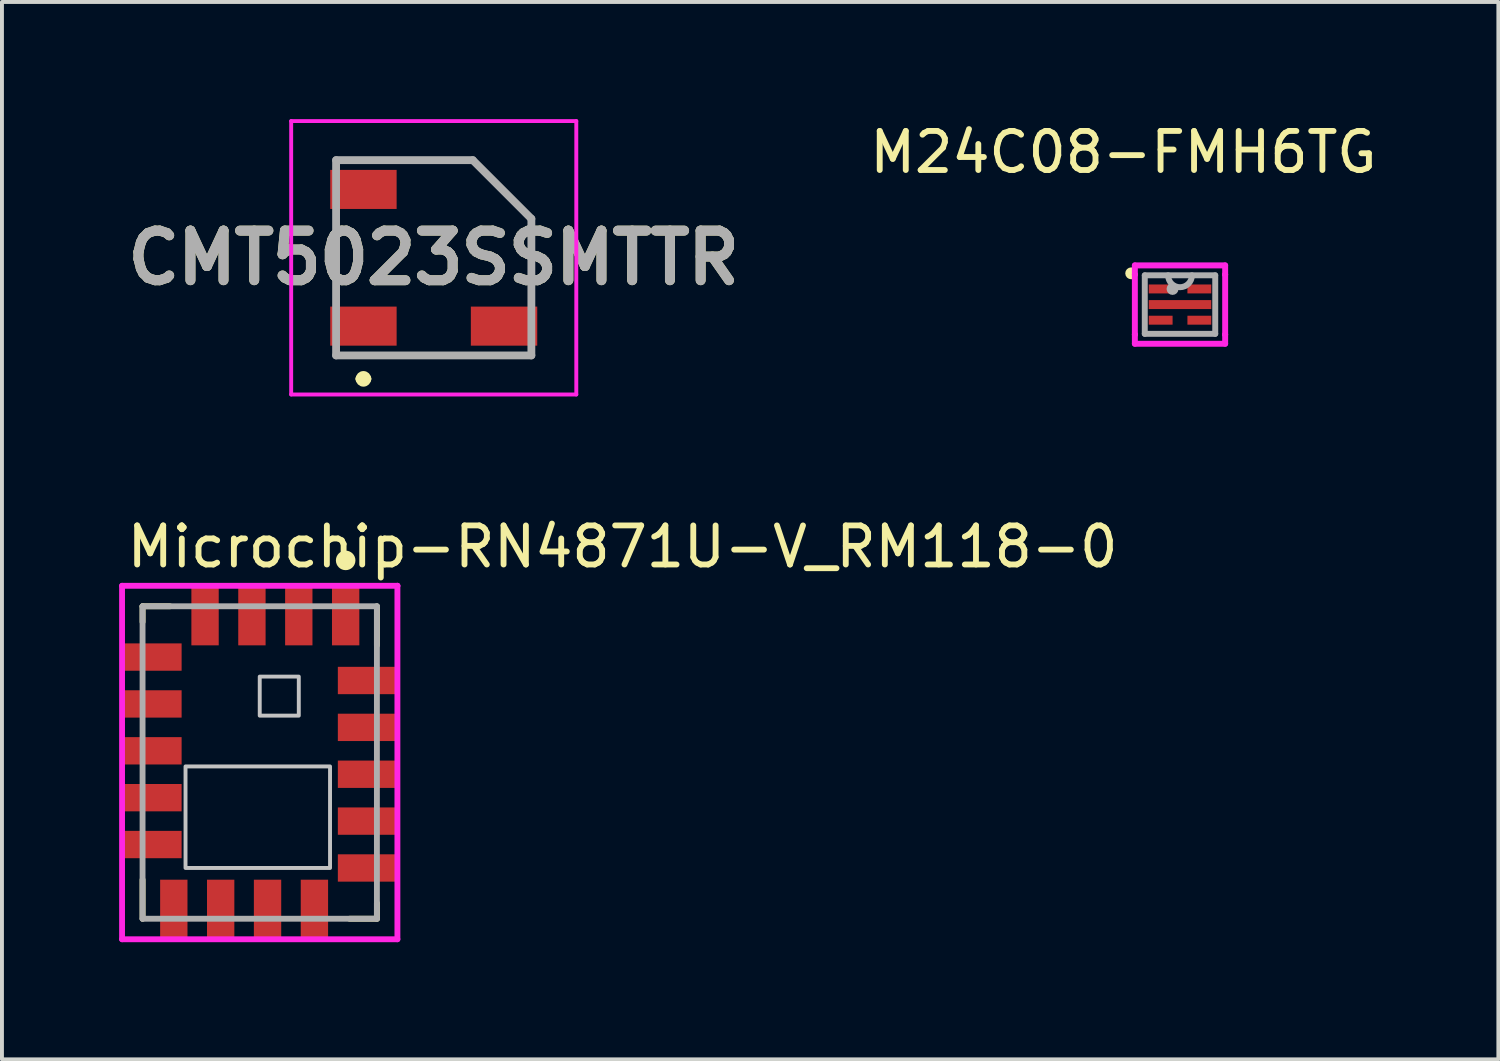
<source format=kicad_pcb>
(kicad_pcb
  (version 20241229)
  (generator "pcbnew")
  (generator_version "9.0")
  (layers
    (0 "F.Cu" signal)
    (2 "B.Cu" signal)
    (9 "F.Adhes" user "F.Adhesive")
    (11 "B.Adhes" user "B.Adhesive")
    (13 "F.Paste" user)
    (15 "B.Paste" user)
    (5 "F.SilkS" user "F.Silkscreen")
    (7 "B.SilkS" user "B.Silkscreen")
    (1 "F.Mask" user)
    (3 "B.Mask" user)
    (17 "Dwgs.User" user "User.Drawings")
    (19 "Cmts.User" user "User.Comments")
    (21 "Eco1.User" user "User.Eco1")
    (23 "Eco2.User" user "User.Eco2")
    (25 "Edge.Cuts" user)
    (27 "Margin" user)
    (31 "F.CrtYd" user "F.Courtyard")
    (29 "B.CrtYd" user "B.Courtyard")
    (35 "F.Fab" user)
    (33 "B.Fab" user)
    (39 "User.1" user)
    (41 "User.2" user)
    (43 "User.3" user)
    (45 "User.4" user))
  (footprint "Microchip-RN4871U-V_RM118-0"
    (layer "F.Cu")
    (at 3.6 16.473)
    (property "Reference" "Microchip-RN4871U-V_RM118-0" (at -3.475 -5.525 0) (layer "F.SilkS") (effects (font (size 1 1) (thickness 0.15)) (justify left)))
    (attr through_hole)
    (fp_line (start -3 -4) (end -3 -3.6) (stroke (width 0.15) (type solid)) (layer "F.SilkS"))
    (fp_line (start -3 -4) (end -2.3 -4) (stroke (width 0.15) (type solid)) (layer "F.SilkS"))
    (fp_line (start -3 4) (end -3 3) (stroke (width 0.15) (type solid)) (layer "F.SilkS"))
    (fp_line (start 3 -4) (end 3 -3) (stroke (width 0.15) (type solid)) (layer "F.SilkS"))
    (fp_line (start 3 4) (end 2.3 4) (stroke (width 0.15) (type solid)) (layer "F.SilkS"))
    (fp_line (start 3 4) (end 3 3.6) (stroke (width 0.15) (type solid)) (layer "F.SilkS"))
    (fp_circle (center 2.2 -5.175) (end 2.325 -5.175) (stroke (width 0.25) (type solid)) (fill no) (layer "F.SilkS"))
    (fp_poly (pts (xy -1.9 0.1) (xy 1.8 0.1) (xy 1.8 2.7) (xy -1.9 2.7)) (stroke (width 0.1) (type solid)) (fill no) (layer "Dwgs.User"))
    (fp_poly (pts (xy 0 -2.2) (xy 1 -2.2) (xy 1 -1.2) (xy 0 -1.2)) (stroke (width 0.1) (type solid)) (fill no) (layer "Dwgs.User"))
    (fp_line (start -3.525 -4.525) (end -3.525 4.525) (stroke (width 0.15) (type solid)) (layer "F.CrtYd"))
    (fp_line (start -3.525 4.525) (end 3.525 4.525) (stroke (width 0.15) (type solid)) (layer "F.CrtYd"))
    (fp_line (start 3.525 -4.525) (end -3.525 -4.525) (stroke (width 0.15) (type solid)) (layer "F.CrtYd"))
    (fp_line (start 3.525 -4.525) (end 3.525 -4.525) (stroke (width 0.15) (type solid)) (layer "F.CrtYd"))
    (fp_line (start 3.525 4.525) (end 3.525 -4.525) (stroke (width 0.15) (type solid)) (layer "F.CrtYd"))
    (fp_line (start -3 -4) (end 3 -4) (stroke (width 0.15) (type solid)) (layer "F.Fab"))
    (fp_line (start -3 4) (end -3 -4) (stroke (width 0.15) (type solid)) (layer "F.Fab"))
    (fp_line (start 3 -4) (end 3 4) (stroke (width 0.15) (type solid)) (layer "F.Fab"))
    (fp_line (start 3 4) (end -3 4) (stroke (width 0.15) (type solid)) (layer "F.Fab"))
    (pad "1" smd rect (at 2.2 -3.75) (size 0.7 1.5) (layers "F.Cu" "F.Mask" "F.Paste"))
    (pad "2" smd rect (at 1 -3.75) (size 0.7 1.5) (layers "F.Cu" "F.Mask" "F.Paste"))
    (pad "3" smd rect (at -0.2 -3.75) (size 0.7 1.5) (layers "F.Cu" "F.Mask" "F.Paste"))
    (pad "4" smd rect (at -1.4 -3.75) (size 0.7 1.5) (layers "F.Cu" "F.Mask" "F.Paste"))
    (pad "5" smd rect (at -2.75 -2.7) (size 1.5 0.7) (layers "F.Cu" "F.Mask" "F.Paste"))
    (pad "6" smd rect (at -2.75 -1.5) (size 1.5 0.7) (layers "F.Cu" "F.Mask" "F.Paste"))
    (pad "7" smd rect (at -2.75 -0.3) (size 1.5 0.7) (layers "F.Cu" "F.Mask" "F.Paste"))
    (pad "8" smd rect (at -2.75 0.9) (size 1.5 0.7) (layers "F.Cu" "F.Mask" "F.Paste"))
    (pad "9" smd rect (at -2.75 2.1) (size 1.5 0.7) (layers "F.Cu" "F.Mask" "F.Paste"))
    (pad "10" smd rect (at -2.2 3.75) (size 0.7 1.5) (layers "F.Cu" "F.Mask" "F.Paste"))
    (pad "11" smd rect (at -1 3.75) (size 0.7 1.5) (layers "F.Cu" "F.Mask" "F.Paste"))
    (pad "12" smd rect (at 0.2 3.75) (size 0.7 1.5) (layers "F.Cu" "F.Mask" "F.Paste"))
    (pad "13" smd rect (at 1.4 3.75) (size 0.7 1.5) (layers "F.Cu" "F.Mask" "F.Paste"))
    (pad "14" smd rect (at 2.75 2.7) (size 1.5 0.7) (layers "F.Cu" "F.Mask" "F.Paste"))
    (pad "15" smd rect (at 2.75 1.5) (size 1.5 0.7) (layers "F.Cu" "F.Mask" "F.Paste"))
    (pad "16" smd rect (at 2.75 0.3) (size 1.5 0.7) (layers "F.Cu" "F.Mask" "F.Paste"))
    (pad "17" smd rect (at 2.75 -2.1) (size 1.5 0.7) (layers "F.Cu" "F.Mask" "F.Paste"))
    (pad "18" smd rect (at 2.75 -0.9) (size 1.5 0.7) (layers "F.Cu" "F.Mask" "F.Paste")))
  (footprint "CMT5023SSMTTR"
    (layer "F.Cu")
    (at 8.055 3.55)
    (property "Reference" "CMT5023SSMTTR" (at 0 0 0) (layer "F.SilkS") (effects (font (size 1.27 1.27) (thickness 0.254))))
    (attr through_hole)
    (fp_line (start -2.5 -2.5) (end 1 -2.5) (stroke (width 0.1) (type solid)) (layer "F.SilkS"))
    (fp_line (start -2.5 -1) (end -2.5 1) (stroke (width 0.1) (type solid)) (layer "F.SilkS"))
    (fp_line (start -2.5 2.5) (end 2.5 2.5) (stroke (width 0.1) (type solid)) (layer "F.SilkS"))
    (fp_line (start -1.9 3.1) (end -1.9 3.1) (stroke (width 0.2) (type solid)) (layer "F.SilkS"))
    (fp_line (start -1.7 3.1) (end -1.7 3.1) (stroke (width 0.2) (type solid)) (layer "F.SilkS"))
    (fp_line (start 1 -2.5) (end 2.5 -1) (stroke (width 0.1) (type solid)) (layer "F.SilkS"))
    (fp_line (start 2.5 -1) (end 2.5 1) (stroke (width 0.1) (type solid)) (layer "F.SilkS"))
    (fp_arc (start -1.9 3.1) (mid -1.8 3) (end -1.7 3.1) (stroke (width 0.2) (type solid)) (layer "F.SilkS"))
    (fp_arc (start -1.7 3.1) (mid -1.8 3.2) (end -1.9 3.1) (stroke (width 0.2) (type solid)) (layer "F.SilkS"))
    (fp_line (start -3.65 -3.5) (end 3.65 -3.5) (stroke (width 0.1) (type solid)) (layer "F.CrtYd"))
    (fp_line (start -3.65 3.5) (end -3.65 -3.5) (stroke (width 0.1) (type solid)) (layer "F.CrtYd"))
    (fp_line (start 3.65 -3.5) (end 3.65 3.5) (stroke (width 0.1) (type solid)) (layer "F.CrtYd"))
    (fp_line (start 3.65 3.5) (end -3.65 3.5) (stroke (width 0.1) (type solid)) (layer "F.CrtYd"))
    (fp_line (start -2.5 -2.5) (end -2.5 2.5) (stroke (width 0.2) (type solid)) (layer "F.Fab"))
    (fp_line (start -2.5 2.5) (end 2.5 2.5) (stroke (width 0.2) (type solid)) (layer "F.Fab"))
    (fp_line (start 1 -2.5) (end -2.5 -2.5) (stroke (width 0.2) (type solid)) (layer "F.Fab"))
    (fp_line (start 2.5 -1) (end 1 -2.5) (stroke (width 0.2) (type solid)) (layer "F.Fab"))
    (fp_line (start 2.5 2.5) (end 2.5 -1) (stroke (width 0.2) (type solid)) (layer "F.Fab"))
    (fp_text user "${REFERENCE}" (at 0 0 0) (layer "F.Fab") (effects (font (size 1.27 1.27) (thickness 0.254))))
    (pad "" np_thru_hole circle (at 0 0) (size 0.001 0.001) (drill 0.8) (layers "*.Cu" "*.Mask"))
    (pad "1" smd rect (at -1.8 1.75 90) (size 1 1.7) (layers "F.Cu" "F.Mask" "F.Paste"))
    (pad "2" smd rect (at 1.8 1.75 90) (size 1 1.7) (layers "F.Cu" "F.Mask" "F.Paste"))
    (pad "3" smd rect (at -1.8 -1.75 90) (size 1 1.7) (layers "F.Cu" "F.Mask" "F.Paste")))
  (footprint "M24C08-FMH6TG"
    (layer "F.Cu")
    (at 27.162 4.748)
    (property "Reference" "M24C08-FMH6TG" (at -1.45 -3.9 0) (layer "F.SilkS") (effects (font (size 1 1) (thickness 0.15))))
    (fp_circle (center -1.25 -0.8) (end -1.174 -0.8) (stroke (width 0.152) (type solid)) (fill no) (layer "F.SilkS"))
    (fp_line (start -1.156 -1.003) (end 1.156 -1.003) (stroke (width 0.152) (type solid)) (layer "F.CrtYd"))
    (fp_line (start -1.156 -0.768) (end -1.156 -1.003) (stroke (width 0.152) (type solid)) (layer "F.CrtYd"))
    (fp_line (start -1.156 -0.768) (end -1.156 -0.768) (stroke (width 0.152) (type solid)) (layer "F.CrtYd"))
    (fp_line (start -1.156 0.768) (end -1.156 -0.768) (stroke (width 0.152) (type solid)) (layer "F.CrtYd"))
    (fp_line (start -1.156 0.768) (end -1.156 0.768) (stroke (width 0.152) (type solid)) (layer "F.CrtYd"))
    (fp_line (start -1.156 1.003) (end -1.156 0.768) (stroke (width 0.152) (type solid)) (layer "F.CrtYd"))
    (fp_line (start 1.156 -1.003) (end 1.156 -0.768) (stroke (width 0.152) (type solid)) (layer "F.CrtYd"))
    (fp_line (start 1.156 -0.768) (end 1.156 -0.768) (stroke (width 0.152) (type solid)) (layer "F.CrtYd"))
    (fp_line (start 1.156 -0.768) (end 1.156 0.768) (stroke (width 0.152) (type solid)) (layer "F.CrtYd"))
    (fp_line (start 1.156 0.768) (end 1.156 0.768) (stroke (width 0.152) (type solid)) (layer "F.CrtYd"))
    (fp_line (start 1.156 0.768) (end 1.156 1.003) (stroke (width 0.152) (type solid)) (layer "F.CrtYd"))
    (fp_line (start 1.156 1.003) (end -1.156 1.003) (stroke (width 0.152) (type solid)) (layer "F.CrtYd"))
    (fp_line (start -0.902 -0.749) (end -0.902 0.749) (stroke (width 0.152) (type solid)) (layer "F.Fab"))
    (fp_line (start -0.902 0.749) (end 0.902 0.749) (stroke (width 0.152) (type solid)) (layer "F.Fab"))
    (fp_line (start 0.902 -0.749) (end -0.902 -0.749) (stroke (width 0.152) (type solid)) (layer "F.Fab"))
    (fp_line (start 0.902 0.749) (end 0.902 -0.749) (stroke (width 0.152) (type solid)) (layer "F.Fab"))
    (fp_arc (start 0.3048 -0.7493) (mid 0 -0.4445) (end -0.3048 -0.7493) (stroke (width 0.1524) (type solid)) (layer "F.Fab"))
    (fp_circle (center -0.191 -0.4) (end -0.114 -0.4) (stroke (width 0.152) (type solid)) (fill no) (layer "F.Fab"))
    (pad "1" smd rect (at -0.495 -0.4) (size 0.61 0.229) (layers "F.Cu" "F.Mask" "F.Paste"))
    (pad "2" smd rect (at 0 0) (size 1.6 0.229) (layers "F.Cu" "F.Mask" "F.Paste"))
    (pad "3" smd rect (at -0.495 0.4) (size 0.61 0.229) (layers "F.Cu" "F.Mask" "F.Paste"))
    (pad "4" smd rect (at 0.495 0.4) (size 0.61 0.229) (layers "F.Cu" "F.Mask" "F.Paste"))
    (pad "5" smd rect (at 0.495 -0.4) (size 0.61 0.229) (layers "F.Cu" "F.Mask" "F.Paste")))
  (gr_rect
    (start -3 -3)
    (end 35.313 24.073)
    (stroke (width 0.1) (type default))
    (fill no)
    (layer "Edge.Cuts")))
</source>
